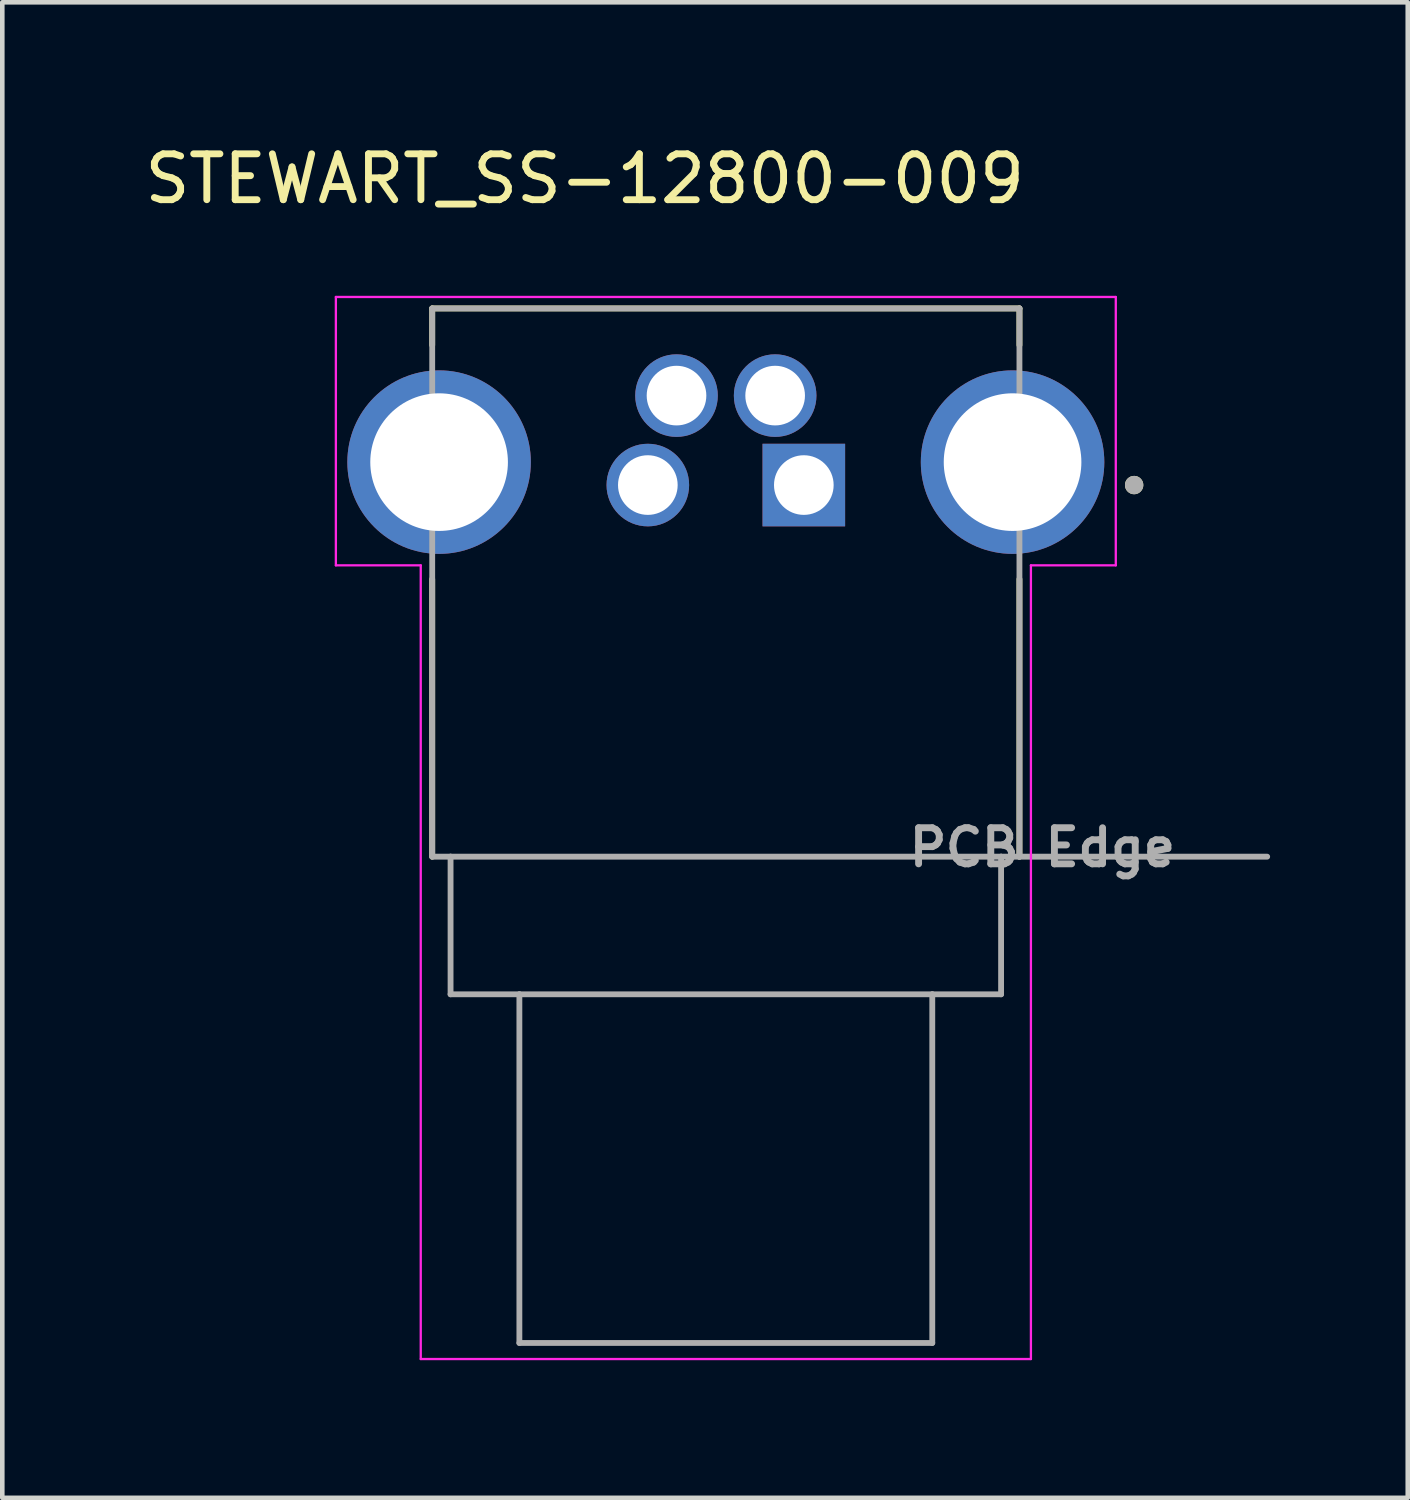
<source format=kicad_pcb>
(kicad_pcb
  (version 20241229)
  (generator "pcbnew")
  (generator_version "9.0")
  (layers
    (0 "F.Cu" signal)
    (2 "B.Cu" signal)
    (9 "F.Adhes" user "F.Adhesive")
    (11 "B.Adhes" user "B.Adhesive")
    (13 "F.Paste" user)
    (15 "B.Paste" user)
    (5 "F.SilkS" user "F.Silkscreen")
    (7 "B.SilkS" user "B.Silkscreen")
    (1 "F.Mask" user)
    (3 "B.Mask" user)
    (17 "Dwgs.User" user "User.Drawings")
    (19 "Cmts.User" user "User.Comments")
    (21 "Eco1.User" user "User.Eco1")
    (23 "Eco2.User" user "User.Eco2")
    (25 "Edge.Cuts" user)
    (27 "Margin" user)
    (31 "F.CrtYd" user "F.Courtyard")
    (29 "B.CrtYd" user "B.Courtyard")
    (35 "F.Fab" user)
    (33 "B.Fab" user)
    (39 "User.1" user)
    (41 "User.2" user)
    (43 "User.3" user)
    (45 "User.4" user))
  (footprint "STEWART_SS-12800-009"
    (layer "F.Cu")
    (at 12.771 7.023)
    (property "Reference" "STEWART_SS-12800-009" (at -3.075 -6.175 0) (layer "F.SilkS") (effects (font (size 1 1) (thickness 0.15))))
    (attr through_hole)
    (fp_line (start -6.4 -3.35) (end 6.4 -3.35) (stroke (width 0.127) (type solid)) (layer "F.SilkS"))
    (fp_line (start -6.4 -2.55) (end -6.4 -3.35) (stroke (width 0.127) (type solid)) (layer "F.SilkS"))
    (fp_line (start -6.4 2.55) (end -6.4 8.6) (stroke (width 0.127) (type solid)) (layer "F.SilkS"))
    (fp_line (start 6.4 -3.35) (end 6.4 -2.55) (stroke (width 0.127) (type solid)) (layer "F.SilkS"))
    (fp_line (start 6.4 8.6) (end 6.4 2.55) (stroke (width 0.127) (type solid)) (layer "F.SilkS"))
    (fp_circle (center 8.9 0.5) (end 9 0.5) (stroke (width 0.2) (type solid)) (fill no) (layer "F.SilkS"))
    (fp_line (start -8.5 -3.6) (end -8.5 2.25) (stroke (width 0.05) (type solid)) (layer "F.CrtYd"))
    (fp_line (start -8.5 2.25) (end -6.65 2.25) (stroke (width 0.05) (type solid)) (layer "F.CrtYd"))
    (fp_line (start -6.65 2.25) (end -6.65 19.55) (stroke (width 0.05) (type solid)) (layer "F.CrtYd"))
    (fp_line (start -6.65 19.55) (end 6.65 19.55) (stroke (width 0.05) (type solid)) (layer "F.CrtYd"))
    (fp_line (start 6.65 2.25) (end 8.5 2.25) (stroke (width 0.05) (type solid)) (layer "F.CrtYd"))
    (fp_line (start 6.65 19.55) (end 6.65 2.25) (stroke (width 0.05) (type solid)) (layer "F.CrtYd"))
    (fp_line (start 8.5 -3.6) (end -8.5 -3.6) (stroke (width 0.05) (type solid)) (layer "F.CrtYd"))
    (fp_line (start 8.5 2.25) (end 8.5 -3.6) (stroke (width 0.05) (type solid)) (layer "F.CrtYd"))
    (fp_line (start -6.4 -3.35) (end -6.4 8.6) (stroke (width 0.127) (type solid)) (layer "F.Fab"))
    (fp_line (start -6.4 8.6) (end -6 8.6) (stroke (width 0.127) (type solid)) (layer "F.Fab"))
    (fp_line (start -6 8.6) (end -6 11.6) (stroke (width 0.127) (type solid)) (layer "F.Fab"))
    (fp_line (start -6 8.6) (end 6 8.6) (stroke (width 0.127) (type solid)) (layer "F.Fab"))
    (fp_line (start -6 11.6) (end -4.5 11.6) (stroke (width 0.127) (type solid)) (layer "F.Fab"))
    (fp_line (start -4.5 11.6) (end -4.5 19.2) (stroke (width 0.127) (type solid)) (layer "F.Fab"))
    (fp_line (start -4.5 11.6) (end 4.5 11.6) (stroke (width 0.127) (type solid)) (layer "F.Fab"))
    (fp_line (start -4.5 19.2) (end 4.5 19.2) (stroke (width 0.127) (type solid)) (layer "F.Fab"))
    (fp_line (start 4.5 11.6) (end 6 11.6) (stroke (width 0.127) (type solid)) (layer "F.Fab"))
    (fp_line (start 4.5 19.2) (end 4.5 11.6) (stroke (width 0.127) (type solid)) (layer "F.Fab"))
    (fp_line (start 6 8.6) (end 6.4 8.6) (stroke (width 0.127) (type solid)) (layer "F.Fab"))
    (fp_line (start 6 11.6) (end 6 8.6) (stroke (width 0.127) (type solid)) (layer "F.Fab"))
    (fp_line (start 6.4 -3.35) (end -6.4 -3.35) (stroke (width 0.127) (type solid)) (layer "F.Fab"))
    (fp_line (start 6.4 8.6) (end 6.4 -3.35) (stroke (width 0.127) (type solid)) (layer "F.Fab"))
    (fp_line (start 6.4 8.6) (end 11.8 8.6) (stroke (width 0.127) (type solid)) (layer "F.Fab"))
    (fp_circle (center 8.9 0.5) (end 9 0.5) (stroke (width 0.2) (type solid)) (fill no) (layer "F.Fab"))
    (fp_text user "PCB Edge" (at 6.9 8.4 0) (layer "F.Fab") (effects (font (size 0.787 0.787) (thickness 0.15))))
    (pad "1" thru_hole rect (at 1.7 0.5) (size 1.8 1.8) (drill 1.3) (layers "*.Cu" "*.Mask"))
    (pad "2" thru_hole circle (at 1.075 -1.45) (size 1.8 1.8) (drill 1.3) (layers "*.Cu" "*.Mask"))
    (pad "3" thru_hole circle (at -1.7 0.5) (size 1.8 1.8) (drill 1.3) (layers "*.Cu" "*.Mask"))
    (pad "4" thru_hole circle (at -1.075 -1.45) (size 1.8 1.8) (drill 1.3) (layers "*.Cu" "*.Mask"))
    (pad "SH1" thru_hole circle (at -6.25 0) (size 4 4) (drill 3) (layers "*.Cu" "*.Mask"))
    (pad "SH2" thru_hole circle (at 6.25 0) (size 4 4) (drill 3) (layers "*.Cu" "*.Mask")))
  (gr_rect
    (start -3 -3)
    (end 27.635 29.598)
    (stroke (width 0.1) (type default))
    (fill no)
    (layer "Edge.Cuts")))
</source>
